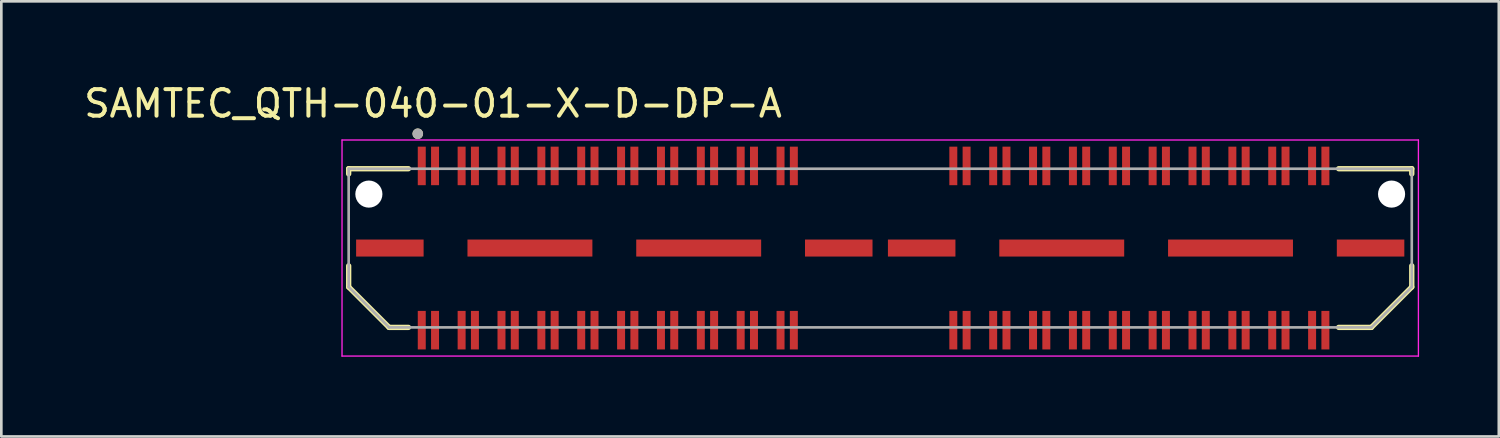
<source format=kicad_pcb>
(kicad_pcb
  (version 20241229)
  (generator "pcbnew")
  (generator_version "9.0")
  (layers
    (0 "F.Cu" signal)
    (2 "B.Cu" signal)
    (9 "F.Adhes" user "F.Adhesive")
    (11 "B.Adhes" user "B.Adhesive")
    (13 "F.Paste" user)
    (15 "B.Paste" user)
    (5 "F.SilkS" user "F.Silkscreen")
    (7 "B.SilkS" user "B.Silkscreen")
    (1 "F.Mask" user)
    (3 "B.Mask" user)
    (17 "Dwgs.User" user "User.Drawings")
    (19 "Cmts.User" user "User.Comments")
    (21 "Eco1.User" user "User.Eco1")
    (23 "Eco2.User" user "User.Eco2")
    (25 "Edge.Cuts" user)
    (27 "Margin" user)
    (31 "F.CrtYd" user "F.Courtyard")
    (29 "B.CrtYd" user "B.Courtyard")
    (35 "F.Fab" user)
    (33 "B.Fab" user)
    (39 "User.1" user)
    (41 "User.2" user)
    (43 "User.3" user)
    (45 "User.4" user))
  (footprint "SAMTEC_QTH-040-01-X-D-DP-A"
    (layer "F.Cu")
    (at 30.069 6.283)
    (property "Reference" "SAMTEC_QTH-040-01-X-D-DP-A" (at -16.825 -5.435 0) (layer "F.SilkS") (effects (font (size 1 1) (thickness 0.15))))
    (attr through_hole)
    (fp_line (start -20 -2.985) (end -17.75 -2.985) (stroke (width 0.2) (type solid)) (layer "F.SilkS"))
    (fp_line (start -20 -2.79) (end -20 -2.985) (stroke (width 0.2) (type solid)) (layer "F.SilkS"))
    (fp_line (start -20 0.67) (end -20 1.465) (stroke (width 0.2) (type solid)) (layer "F.SilkS"))
    (fp_line (start -20 1.465) (end -18.48 2.985) (stroke (width 0.2) (type solid)) (layer "F.SilkS"))
    (fp_line (start -18.48 2.985) (end -17.75 2.985) (stroke (width 0.2) (type solid)) (layer "F.SilkS"))
    (fp_line (start 18.48 2.985) (end 17.25 2.985) (stroke (width 0.2) (type solid)) (layer "F.SilkS"))
    (fp_line (start 20 -2.985) (end 17.25 -2.985) (stroke (width 0.2) (type solid)) (layer "F.SilkS"))
    (fp_line (start 20 -2.79) (end 20 -2.985) (stroke (width 0.2) (type solid)) (layer "F.SilkS"))
    (fp_line (start 20 0.67) (end 20 1.465) (stroke (width 0.2) (type solid)) (layer "F.SilkS"))
    (fp_line (start 20 1.465) (end 18.48 2.985) (stroke (width 0.2) (type solid)) (layer "F.SilkS"))
    (fp_circle (center -17.4 -4.3) (end -17.3 -4.3) (stroke (width 0.2) (type solid)) (fill no) (layer "F.SilkS"))
    (fp_line (start -20.25 -4.065) (end 20.25 -4.065) (stroke (width 0.05) (type solid)) (layer "F.CrtYd"))
    (fp_line (start -20.25 4.065) (end -20.25 -4.065) (stroke (width 0.05) (type solid)) (layer "F.CrtYd"))
    (fp_line (start 20.25 -4.065) (end 20.25 4.065) (stroke (width 0.05) (type solid)) (layer "F.CrtYd"))
    (fp_line (start 20.25 4.065) (end -20.25 4.065) (stroke (width 0.05) (type solid)) (layer "F.CrtYd"))
    (fp_line (start -20 -2.985) (end 20 -2.985) (stroke (width 0.1) (type solid)) (layer "F.Fab"))
    (fp_line (start -20 1.465) (end -20 -2.985) (stroke (width 0.1) (type solid)) (layer "F.Fab"))
    (fp_line (start -18.48 2.985) (end -20 1.465) (stroke (width 0.1) (type solid)) (layer "F.Fab"))
    (fp_line (start 18.48 2.985) (end -18.48 2.985) (stroke (width 0.1) (type solid)) (layer "F.Fab"))
    (fp_line (start 20 -2.985) (end 20 1.465) (stroke (width 0.1) (type solid)) (layer "F.Fab"))
    (fp_line (start 20 1.465) (end 18.48 2.985) (stroke (width 0.1) (type solid)) (layer "F.Fab"))
    (fp_circle (center -17.4 -4.3) (end -17.3 -4.3) (stroke (width 0.2) (type solid)) (fill no) (layer "F.Fab"))
    (pad "" np_thru_hole circle (at -19.24 -2.03) (size 1.02 1.02) (drill 1.02) (layers "*.Cu" "*.Mask"))
    (pad "" np_thru_hole circle (at 19.24 -2.03) (size 1.02 1.02) (drill 1.02) (layers "*.Cu" "*.Mask"))
    (pad "01" smd rect (at -17.25 -3.09) (size 0.3 1.45) (layers "F.Cu" "F.Mask" "F.Paste"))
    (pad "02" smd rect (at -17.25 3.09) (size 0.3 1.45) (layers "F.Cu" "F.Mask" "F.Paste"))
    (pad "03" smd rect (at -16.75 -3.09) (size 0.3 1.45) (layers "F.Cu" "F.Mask" "F.Paste"))
    (pad "04" smd rect (at -16.75 3.09) (size 0.3 1.45) (layers "F.Cu" "F.Mask" "F.Paste"))
    (pad "05" smd rect (at -15.75 -3.09) (size 0.3 1.45) (layers "F.Cu" "F.Mask" "F.Paste"))
    (pad "06" smd rect (at -15.75 3.09) (size 0.3 1.45) (layers "F.Cu" "F.Mask" "F.Paste"))
    (pad "07" smd rect (at -15.25 -3.09) (size 0.3 1.45) (layers "F.Cu" "F.Mask" "F.Paste"))
    (pad "08" smd rect (at -15.25 3.09) (size 0.3 1.45) (layers "F.Cu" "F.Mask" "F.Paste"))
    (pad "09" smd rect (at -14.25 -3.09) (size 0.3 1.45) (layers "F.Cu" "F.Mask" "F.Paste"))
    (pad "10" smd rect (at -14.25 3.09) (size 0.3 1.45) (layers "F.Cu" "F.Mask" "F.Paste"))
    (pad "11" smd rect (at -13.75 -3.09) (size 0.3 1.45) (layers "F.Cu" "F.Mask" "F.Paste"))
    (pad "12" smd rect (at -13.75 3.09) (size 0.3 1.45) (layers "F.Cu" "F.Mask" "F.Paste"))
    (pad "13" smd rect (at -12.75 -3.09) (size 0.3 1.45) (layers "F.Cu" "F.Mask" "F.Paste"))
    (pad "14" smd rect (at -12.75 3.09) (size 0.3 1.45) (layers "F.Cu" "F.Mask" "F.Paste"))
    (pad "15" smd rect (at -12.25 -3.09) (size 0.3 1.45) (layers "F.Cu" "F.Mask" "F.Paste"))
    (pad "16" smd rect (at -12.25 3.09) (size 0.3 1.45) (layers "F.Cu" "F.Mask" "F.Paste"))
    (pad "17" smd rect (at -11.25 -3.09) (size 0.3 1.45) (layers "F.Cu" "F.Mask" "F.Paste"))
    (pad "18" smd rect (at -11.25 3.09) (size 0.3 1.45) (layers "F.Cu" "F.Mask" "F.Paste"))
    (pad "19" smd rect (at -10.75 -3.09) (size 0.3 1.45) (layers "F.Cu" "F.Mask" "F.Paste"))
    (pad "20" smd rect (at -10.75 3.09) (size 0.3 1.45) (layers "F.Cu" "F.Mask" "F.Paste"))
    (pad "21" smd rect (at -9.75 -3.09) (size 0.3 1.45) (layers "F.Cu" "F.Mask" "F.Paste"))
    (pad "22" smd rect (at -9.75 3.09) (size 0.3 1.45) (layers "F.Cu" "F.Mask" "F.Paste"))
    (pad "23" smd rect (at -9.25 -3.09) (size 0.3 1.45) (layers "F.Cu" "F.Mask" "F.Paste"))
    (pad "24" smd rect (at -9.25 3.09) (size 0.3 1.45) (layers "F.Cu" "F.Mask" "F.Paste"))
    (pad "25" smd rect (at -8.25 -3.09) (size 0.3 1.45) (layers "F.Cu" "F.Mask" "F.Paste"))
    (pad "26" smd rect (at -8.25 3.09) (size 0.3 1.45) (layers "F.Cu" "F.Mask" "F.Paste"))
    (pad "27" smd rect (at -7.75 -3.09) (size 0.3 1.45) (layers "F.Cu" "F.Mask" "F.Paste"))
    (pad "28" smd rect (at -7.75 3.09) (size 0.3 1.45) (layers "F.Cu" "F.Mask" "F.Paste"))
    (pad "29" smd rect (at -6.75 -3.09) (size 0.3 1.45) (layers "F.Cu" "F.Mask" "F.Paste"))
    (pad "30" smd rect (at -6.75 3.09) (size 0.3 1.45) (layers "F.Cu" "F.Mask" "F.Paste"))
    (pad "31" smd rect (at -6.25 -3.09) (size 0.3 1.45) (layers "F.Cu" "F.Mask" "F.Paste"))
    (pad "32" smd rect (at -6.25 3.09) (size 0.3 1.45) (layers "F.Cu" "F.Mask" "F.Paste"))
    (pad "33" smd rect (at -5.25 -3.09) (size 0.3 1.45) (layers "F.Cu" "F.Mask" "F.Paste"))
    (pad "34" smd rect (at -5.25 3.09) (size 0.3 1.45) (layers "F.Cu" "F.Mask" "F.Paste"))
    (pad "35" smd rect (at -4.75 -3.09) (size 0.3 1.45) (layers "F.Cu" "F.Mask" "F.Paste"))
    (pad "36" smd rect (at -4.75 3.09) (size 0.3 1.45) (layers "F.Cu" "F.Mask" "F.Paste"))
    (pad "37" smd rect (at -3.75 -3.09) (size 0.3 1.45) (layers "F.Cu" "F.Mask" "F.Paste"))
    (pad "38" smd rect (at -3.75 3.09) (size 0.3 1.45) (layers "F.Cu" "F.Mask" "F.Paste"))
    (pad "39" smd rect (at -3.25 -3.09) (size 0.3 1.45) (layers "F.Cu" "F.Mask" "F.Paste"))
    (pad "40" smd rect (at -3.25 3.09) (size 0.3 1.45) (layers "F.Cu" "F.Mask" "F.Paste"))
    (pad "41" smd rect (at 2.75 -3.09) (size 0.3 1.45) (layers "F.Cu" "F.Mask" "F.Paste"))
    (pad "42" smd rect (at 2.75 3.09) (size 0.3 1.45) (layers "F.Cu" "F.Mask" "F.Paste"))
    (pad "43" smd rect (at 3.25 -3.09) (size 0.3 1.45) (layers "F.Cu" "F.Mask" "F.Paste"))
    (pad "44" smd rect (at 3.25 3.09) (size 0.3 1.45) (layers "F.Cu" "F.Mask" "F.Paste"))
    (pad "45" smd rect (at 4.25 -3.09) (size 0.3 1.45) (layers "F.Cu" "F.Mask" "F.Paste"))
    (pad "46" smd rect (at 4.25 3.09) (size 0.3 1.45) (layers "F.Cu" "F.Mask" "F.Paste"))
    (pad "47" smd rect (at 4.75 -3.09) (size 0.3 1.45) (layers "F.Cu" "F.Mask" "F.Paste"))
    (pad "48" smd rect (at 4.75 3.09) (size 0.3 1.45) (layers "F.Cu" "F.Mask" "F.Paste"))
    (pad "49" smd rect (at 5.75 -3.09) (size 0.3 1.45) (layers "F.Cu" "F.Mask" "F.Paste"))
    (pad "50" smd rect (at 5.75 3.09) (size 0.3 1.45) (layers "F.Cu" "F.Mask" "F.Paste"))
    (pad "51" smd rect (at 6.25 -3.09) (size 0.3 1.45) (layers "F.Cu" "F.Mask" "F.Paste"))
    (pad "52" smd rect (at 6.25 3.09) (size 0.3 1.45) (layers "F.Cu" "F.Mask" "F.Paste"))
    (pad "53" smd rect (at 7.25 -3.09) (size 0.3 1.45) (layers "F.Cu" "F.Mask" "F.Paste"))
    (pad "54" smd rect (at 7.25 3.09) (size 0.3 1.45) (layers "F.Cu" "F.Mask" "F.Paste"))
    (pad "55" smd rect (at 7.75 -3.09) (size 0.3 1.45) (layers "F.Cu" "F.Mask" "F.Paste"))
    (pad "56" smd rect (at 7.75 3.09) (size 0.3 1.45) (layers "F.Cu" "F.Mask" "F.Paste"))
    (pad "57" smd rect (at 8.75 -3.09) (size 0.3 1.45) (layers "F.Cu" "F.Mask" "F.Paste"))
    (pad "58" smd rect (at 8.75 3.09) (size 0.3 1.45) (layers "F.Cu" "F.Mask" "F.Paste"))
    (pad "59" smd rect (at 9.25 -3.09) (size 0.3 1.45) (layers "F.Cu" "F.Mask" "F.Paste"))
    (pad "60" smd rect (at 9.25 3.09) (size 0.3 1.45) (layers "F.Cu" "F.Mask" "F.Paste"))
    (pad "61" smd rect (at 10.25 -3.09) (size 0.3 1.45) (layers "F.Cu" "F.Mask" "F.Paste"))
    (pad "62" smd rect (at 10.25 3.09) (size 0.3 1.45) (layers "F.Cu" "F.Mask" "F.Paste"))
    (pad "63" smd rect (at 10.75 -3.09) (size 0.3 1.45) (layers "F.Cu" "F.Mask" "F.Paste"))
    (pad "64" smd rect (at 10.75 3.09) (size 0.3 1.45) (layers "F.Cu" "F.Mask" "F.Paste"))
    (pad "65" smd rect (at 11.75 -3.09) (size 0.3 1.45) (layers "F.Cu" "F.Mask" "F.Paste"))
    (pad "66" smd rect (at 11.75 3.09) (size 0.3 1.45) (layers "F.Cu" "F.Mask" "F.Paste"))
    (pad "67" smd rect (at 12.25 -3.09) (size 0.3 1.45) (layers "F.Cu" "F.Mask" "F.Paste"))
    (pad "68" smd rect (at 12.25 3.09) (size 0.3 1.45) (layers "F.Cu" "F.Mask" "F.Paste"))
    (pad "69" smd rect (at 13.25 -3.09) (size 0.3 1.45) (layers "F.Cu" "F.Mask" "F.Paste"))
    (pad "70" smd rect (at 13.25 3.09) (size 0.3 1.45) (layers "F.Cu" "F.Mask" "F.Paste"))
    (pad "71" smd rect (at 13.75 -3.09) (size 0.3 1.45) (layers "F.Cu" "F.Mask" "F.Paste"))
    (pad "72" smd rect (at 13.75 3.09) (size 0.3 1.45) (layers "F.Cu" "F.Mask" "F.Paste"))
    (pad "73" smd rect (at 14.75 -3.09) (size 0.3 1.45) (layers "F.Cu" "F.Mask" "F.Paste"))
    (pad "74" smd rect (at 14.75 3.09) (size 0.3 1.45) (layers "F.Cu" "F.Mask" "F.Paste"))
    (pad "75" smd rect (at 15.25 -3.09) (size 0.3 1.45) (layers "F.Cu" "F.Mask" "F.Paste"))
    (pad "76" smd rect (at 15.25 3.09) (size 0.3 1.45) (layers "F.Cu" "F.Mask" "F.Paste"))
    (pad "77" smd rect (at 16.25 -3.09) (size 0.3 1.45) (layers "F.Cu" "F.Mask" "F.Paste"))
    (pad "78" smd rect (at 16.25 3.09) (size 0.3 1.45) (layers "F.Cu" "F.Mask" "F.Paste"))
    (pad "79" smd rect (at 16.75 -3.09) (size 0.3 1.45) (layers "F.Cu" "F.Mask" "F.Paste"))
    (pad "80" smd rect (at 16.75 3.09) (size 0.3 1.45) (layers "F.Cu" "F.Mask" "F.Paste"))
    (pad "G1" smd rect (at -18.45 0) (size 2.54 0.64) (layers "F.Cu" "F.Mask" "F.Paste"))
    (pad "G2" smd rect (at -13.18 0) (size 4.7 0.64) (layers "F.Cu" "F.Mask" "F.Paste"))
    (pad "G3" smd rect (at -6.83 0) (size 4.7 0.64) (layers "F.Cu" "F.Mask" "F.Paste"))
    (pad "G4" smd rect (at -1.56 0) (size 2.54 0.64) (layers "F.Cu" "F.Mask" "F.Paste"))
    (pad "G5" smd rect (at 1.56 0) (size 2.54 0.64) (layers "F.Cu" "F.Mask" "F.Paste"))
    (pad "G6" smd rect (at 6.83 0) (size 4.7 0.64) (layers "F.Cu" "F.Mask" "F.Paste"))
    (pad "G7" smd rect (at 13.18 0) (size 4.7 0.64) (layers "F.Cu" "F.Mask" "F.Paste"))
    (pad "G8" smd rect (at 18.45 0) (size 2.54 0.64) (layers "F.Cu" "F.Mask" "F.Paste")))
  (gr_rect
    (start -3 -3)
    (end 53.344 13.373)
    (stroke (width 0.1) (type default))
    (fill no)
    (layer "Edge.Cuts")))
</source>
